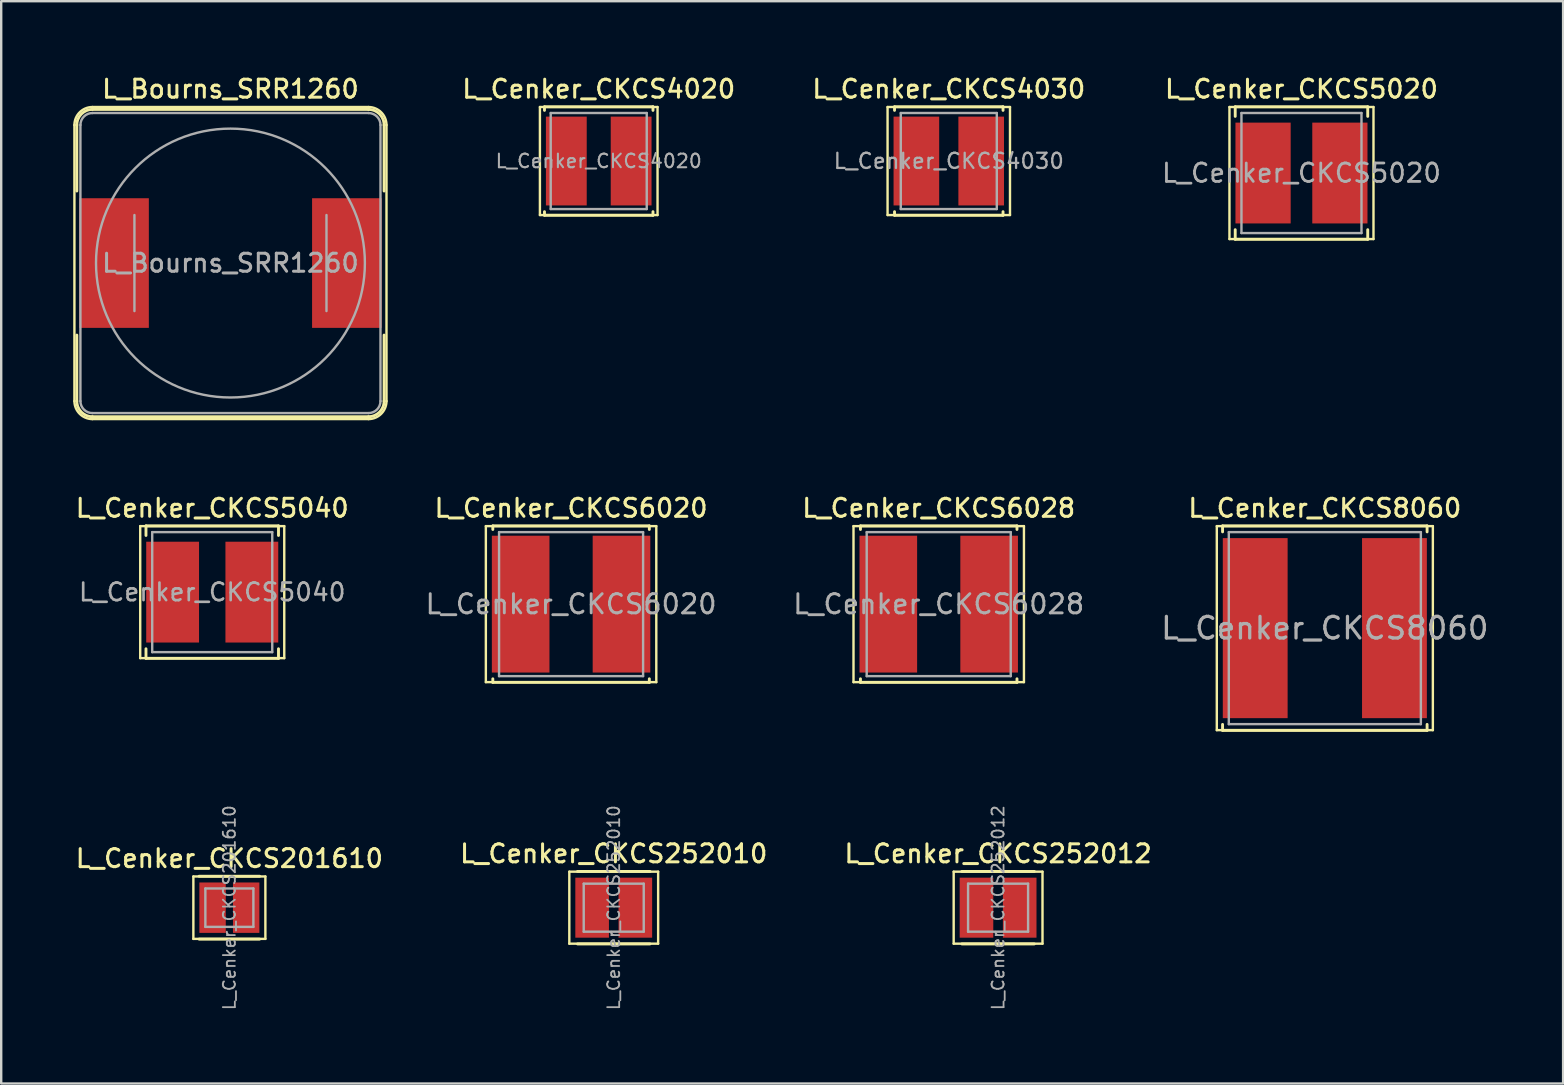
<source format=kicad_pcb>
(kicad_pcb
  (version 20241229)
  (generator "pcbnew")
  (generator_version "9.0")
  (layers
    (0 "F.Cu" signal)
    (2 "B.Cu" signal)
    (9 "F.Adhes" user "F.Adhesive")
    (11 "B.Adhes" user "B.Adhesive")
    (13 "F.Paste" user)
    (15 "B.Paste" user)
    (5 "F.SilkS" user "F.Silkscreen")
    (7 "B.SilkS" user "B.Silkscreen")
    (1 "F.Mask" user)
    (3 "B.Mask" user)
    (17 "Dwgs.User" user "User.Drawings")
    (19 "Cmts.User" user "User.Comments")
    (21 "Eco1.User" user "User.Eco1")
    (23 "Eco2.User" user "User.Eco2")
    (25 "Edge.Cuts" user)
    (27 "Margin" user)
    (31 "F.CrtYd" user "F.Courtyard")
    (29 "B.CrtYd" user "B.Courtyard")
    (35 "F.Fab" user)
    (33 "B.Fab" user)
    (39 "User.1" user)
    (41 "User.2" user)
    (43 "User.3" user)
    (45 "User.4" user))
  (footprint "L_Cenker_CKCS4030"
    (layer "F.Cu")
    (at 36.473 3.658)
    (property "Reference" "L_Cenker_CKCS4030" (at 0 -3 0) (layer "F.SilkS") (effects (font (size 0.75 0.75) (thickness 0.125))))
    (attr smd)
    (fp_line (start -2.55 -2.25) (end -2.55 2.25) (stroke (width 0.1) (type solid)) (layer "F.SilkS"))
    (fp_line (start -2.55 2.25) (end 2.55 2.25) (stroke (width 0.1) (type solid)) (layer "F.SilkS"))
    (fp_line (start -2.26 -2.26) (end -2.26 -2.11) (stroke (width 0.12) (type solid)) (layer "F.SilkS"))
    (fp_line (start -2.26 -2.26) (end 2.26 -2.26) (stroke (width 0.12) (type solid)) (layer "F.SilkS"))
    (fp_line (start -2.26 2.26) (end -2.26 2.11) (stroke (width 0.12) (type solid)) (layer "F.SilkS"))
    (fp_line (start -2.26 2.26) (end 2.26 2.26) (stroke (width 0.12) (type solid)) (layer "F.SilkS"))
    (fp_line (start 2.26 -2.26) (end 2.26 -2.11) (stroke (width 0.12) (type solid)) (layer "F.SilkS"))
    (fp_line (start 2.26 2.26) (end 2.26 2.11) (stroke (width 0.12) (type solid)) (layer "F.SilkS"))
    (fp_line (start 2.55 -2.25) (end -2.55 -2.25) (stroke (width 0.1) (type solid)) (layer "F.SilkS"))
    (fp_line (start 2.55 2.25) (end 2.55 -2.25) (stroke (width 0.1) (type solid)) (layer "F.SilkS"))
    (fp_line (start -2 -2) (end -2 2) (stroke (width 0.1) (type solid)) (layer "F.Fab"))
    (fp_line (start -2 2) (end 2 2) (stroke (width 0.1) (type solid)) (layer "F.Fab"))
    (fp_line (start 2 -2) (end -2 -2) (stroke (width 0.1) (type solid)) (layer "F.Fab"))
    (fp_line (start 2 2) (end 2 -2) (stroke (width 0.1) (type solid)) (layer "F.Fab"))
    (fp_text user "${REFERENCE}" (at 0 0 0) (layer "F.Fab") (effects (font (size 0.633 0.633) (thickness 0.095))))
    (pad "1" smd rect (at -1.35 0) (size 1.9 3.7) (layers "F.Cu" "F.Mask" "F.Paste"))
    (pad "2" smd rect (at 1.35 0) (size 1.9 3.7) (layers "F.Cu" "F.Mask" "F.Paste")))
  (footprint "L_Cenker_CKCS5040"
    (layer "F.Cu")
    (at 5.791 21.616)
    (property "Reference" "L_Cenker_CKCS5040" (at 0 -3.5 0) (layer "F.SilkS") (effects (font (size 0.75 0.75) (thickness 0.125))))
    (attr smd)
    (fp_line (start -3 -2.75) (end -3 2.75) (stroke (width 0.1) (type solid)) (layer "F.SilkS"))
    (fp_line (start -3 2.75) (end 3 2.75) (stroke (width 0.1) (type solid)) (layer "F.SilkS"))
    (fp_line (start -2.76 -2.76) (end -2.76 -2.36) (stroke (width 0.12) (type solid)) (layer "F.SilkS"))
    (fp_line (start -2.76 -2.76) (end 2.76 -2.76) (stroke (width 0.12) (type solid)) (layer "F.SilkS"))
    (fp_line (start -2.76 2.76) (end -2.76 2.36) (stroke (width 0.12) (type solid)) (layer "F.SilkS"))
    (fp_line (start -2.76 2.76) (end 2.76 2.76) (stroke (width 0.12) (type solid)) (layer "F.SilkS"))
    (fp_line (start 2.76 -2.76) (end 2.76 -2.36) (stroke (width 0.12) (type solid)) (layer "F.SilkS"))
    (fp_line (start 2.76 2.76) (end 2.76 2.36) (stroke (width 0.12) (type solid)) (layer "F.SilkS"))
    (fp_line (start 3 -2.75) (end -3 -2.75) (stroke (width 0.1) (type solid)) (layer "F.SilkS"))
    (fp_line (start 3 2.75) (end 3 -2.75) (stroke (width 0.1) (type solid)) (layer "F.SilkS"))
    (fp_line (start -2.5 -2.5) (end -2.5 2.5) (stroke (width 0.1) (type solid)) (layer "F.Fab"))
    (fp_line (start -2.5 2.5) (end 2.5 2.5) (stroke (width 0.1) (type solid)) (layer "F.Fab"))
    (fp_line (start 2.5 -2.5) (end -2.5 -2.5) (stroke (width 0.1) (type solid)) (layer "F.Fab"))
    (fp_line (start 2.5 2.5) (end 2.5 -2.5) (stroke (width 0.1) (type solid)) (layer "F.Fab"))
    (fp_text user "${REFERENCE}" (at 0 0 0) (layer "F.Fab") (effects (font (size 0.733 0.733) (thickness 0.11))))
    (pad "1" smd rect (at -1.65 0) (size 2.2 4.2) (layers "F.Cu" "F.Mask" "F.Paste"))
    (pad "2" smd rect (at 1.65 0) (size 2.2 4.2) (layers "F.Cu" "F.Mask" "F.Paste")))
  (footprint "L_Cenker_CKCS8060"
    (layer "F.Cu")
    (at 52.138 23.116)
    (property "Reference" "L_Cenker_CKCS8060" (at 0 -5 0) (layer "F.SilkS") (effects (font (size 0.75 0.75) (thickness 0.125))))
    (attr smd)
    (fp_line (start -4.5 -4.25) (end -4.5 4.25) (stroke (width 0.1) (type solid)) (layer "F.SilkS"))
    (fp_line (start -4.5 4.25) (end 4.5 4.25) (stroke (width 0.1) (type solid)) (layer "F.SilkS"))
    (fp_line (start -4.26 -4.26) (end -4.26 -4.01) (stroke (width 0.12) (type solid)) (layer "F.SilkS"))
    (fp_line (start -4.26 -4.26) (end 4.26 -4.26) (stroke (width 0.12) (type solid)) (layer "F.SilkS"))
    (fp_line (start -4.26 4.26) (end -4.26 4.01) (stroke (width 0.12) (type solid)) (layer "F.SilkS"))
    (fp_line (start -4.26 4.26) (end 4.26 4.26) (stroke (width 0.12) (type solid)) (layer "F.SilkS"))
    (fp_line (start 4.26 -4.26) (end 4.26 -4.01) (stroke (width 0.12) (type solid)) (layer "F.SilkS"))
    (fp_line (start 4.26 4.26) (end 4.26 4.01) (stroke (width 0.12) (type solid)) (layer "F.SilkS"))
    (fp_line (start 4.5 -4.25) (end -4.5 -4.25) (stroke (width 0.1) (type solid)) (layer "F.SilkS"))
    (fp_line (start 4.5 4.25) (end 4.5 -4.25) (stroke (width 0.1) (type solid)) (layer "F.SilkS"))
    (fp_line (start -4 -4) (end -4 4) (stroke (width 0.1) (type solid)) (layer "F.Fab"))
    (fp_line (start -4 4) (end 4 4) (stroke (width 0.1) (type solid)) (layer "F.Fab"))
    (fp_line (start 4 -4) (end -4 -4) (stroke (width 0.1) (type solid)) (layer "F.Fab"))
    (fp_line (start 4 4) (end 4 -4) (stroke (width 0.1) (type solid)) (layer "F.Fab"))
    (fp_text user "${REFERENCE}" (at 0 0 0) (layer "F.Fab") (effects (font (size 0.9 0.9) (thickness 0.135))))
    (pad "1" smd rect (at -2.9 0) (size 2.7 7.5) (layers "F.Cu" "F.Mask" "F.Paste"))
    (pad "2" smd rect (at 2.9 0) (size 2.7 7.5) (layers "F.Cu" "F.Mask" "F.Paste")))
  (footprint "L_Cenker_CKCS5020"
    (layer "F.Cu")
    (at 51.165 4.158)
    (property "Reference" "L_Cenker_CKCS5020" (at 0 -3.5 0) (layer "F.SilkS") (effects (font (size 0.75 0.75) (thickness 0.125))))
    (attr smd)
    (fp_line (start -3 -2.75) (end -3 2.75) (stroke (width 0.1) (type solid)) (layer "F.SilkS"))
    (fp_line (start -3 2.75) (end 3 2.75) (stroke (width 0.1) (type solid)) (layer "F.SilkS"))
    (fp_line (start -2.76 -2.76) (end -2.76 -2.36) (stroke (width 0.12) (type solid)) (layer "F.SilkS"))
    (fp_line (start -2.76 -2.76) (end 2.76 -2.76) (stroke (width 0.12) (type solid)) (layer "F.SilkS"))
    (fp_line (start -2.76 2.76) (end -2.76 2.36) (stroke (width 0.12) (type solid)) (layer "F.SilkS"))
    (fp_line (start -2.76 2.76) (end 2.76 2.76) (stroke (width 0.12) (type solid)) (layer "F.SilkS"))
    (fp_line (start 2.76 -2.76) (end 2.76 -2.36) (stroke (width 0.12) (type solid)) (layer "F.SilkS"))
    (fp_line (start 2.76 2.76) (end 2.76 2.36) (stroke (width 0.12) (type solid)) (layer "F.SilkS"))
    (fp_line (start 3 -2.75) (end -3 -2.75) (stroke (width 0.1) (type solid)) (layer "F.SilkS"))
    (fp_line (start 3 2.75) (end 3 -2.75) (stroke (width 0.1) (type solid)) (layer "F.SilkS"))
    (fp_line (start -2.5 -2.5) (end -2.5 2.5) (stroke (width 0.1) (type solid)) (layer "F.Fab"))
    (fp_line (start -2.5 2.5) (end 2.5 2.5) (stroke (width 0.1) (type solid)) (layer "F.Fab"))
    (fp_line (start 2.5 -2.5) (end -2.5 -2.5) (stroke (width 0.1) (type solid)) (layer "F.Fab"))
    (fp_line (start 2.5 2.5) (end 2.5 -2.5) (stroke (width 0.1) (type solid)) (layer "F.Fab"))
    (fp_text user "${REFERENCE}" (at 0 0 0) (layer "F.Fab") (effects (font (size 0.767 0.767) (thickness 0.115))))
    (pad "1" smd rect (at -1.6 0) (size 2.3 4.2) (layers "F.Cu" "F.Mask" "F.Paste"))
    (pad "2" smd rect (at 1.6 0) (size 2.3 4.2) (layers "F.Cu" "F.Mask" "F.Paste")))
  (footprint "L_Cenker_CKCS252010"
    (layer "F.Cu")
    (at 22.516 34.761)
    (property "Reference" "L_Cenker_CKCS252010" (at 0 -2.25 0) (layer "F.SilkS") (effects (font (size 0.75 0.75) (thickness 0.125))))
    (attr smd)
    (fp_line (start -1.85 -1.5) (end -1.85 1.5) (stroke (width 0.1) (type solid)) (layer "F.SilkS"))
    (fp_line (start -1.85 1.5) (end 1.85 1.5) (stroke (width 0.1) (type solid)) (layer "F.SilkS"))
    (fp_line (start -1.51 -1.51) (end 1.51 -1.51) (stroke (width 0.12) (type solid)) (layer "F.SilkS"))
    (fp_line (start -1.51 1.51) (end 1.51 1.51) (stroke (width 0.12) (type solid)) (layer "F.SilkS"))
    (fp_line (start 1.85 -1.5) (end -1.85 -1.5) (stroke (width 0.1) (type solid)) (layer "F.SilkS"))
    (fp_line (start 1.85 1.5) (end 1.85 -1.5) (stroke (width 0.1) (type solid)) (layer "F.SilkS"))
    (fp_line (start -1.25 -1) (end -1.25 1) (stroke (width 0.1) (type solid)) (layer "F.Fab"))
    (fp_line (start -1.25 1) (end 1.25 1) (stroke (width 0.1) (type solid)) (layer "F.Fab"))
    (fp_line (start 1.25 -1) (end -1.25 -1) (stroke (width 0.1) (type solid)) (layer "F.Fab"))
    (fp_line (start 1.25 1) (end 1.25 -1) (stroke (width 0.1) (type solid)) (layer "F.Fab"))
    (fp_text user "${REFERENCE}" (at 0 0 90) (layer "F.Fab") (effects (font (size 0.5 0.5) (thickness 0.075))))
    (pad "1" smd rect (at -0.9 0) (size 1.4 2.5) (layers "F.Cu" "F.Mask" "F.Paste"))
    (pad "2" smd rect (at 0.9 0) (size 1.4 2.5) (layers "F.Cu" "F.Mask" "F.Paste")))
  (footprint "L_Cenker_CKCS252012"
    (layer "F.Cu")
    (at 38.527 34.761)
    (property "Reference" "L_Cenker_CKCS252012" (at 0 -2.25 0) (layer "F.SilkS") (effects (font (size 0.75 0.75) (thickness 0.125))))
    (attr smd)
    (fp_line (start -1.85 -1.5) (end -1.85 1.5) (stroke (width 0.1) (type solid)) (layer "F.SilkS"))
    (fp_line (start -1.85 1.5) (end 1.85 1.5) (stroke (width 0.1) (type solid)) (layer "F.SilkS"))
    (fp_line (start -1.51 -1.51) (end 1.51 -1.51) (stroke (width 0.12) (type solid)) (layer "F.SilkS"))
    (fp_line (start -1.51 1.51) (end 1.51 1.51) (stroke (width 0.12) (type solid)) (layer "F.SilkS"))
    (fp_line (start 1.85 -1.5) (end -1.85 -1.5) (stroke (width 0.1) (type solid)) (layer "F.SilkS"))
    (fp_line (start 1.85 1.5) (end 1.85 -1.5) (stroke (width 0.1) (type solid)) (layer "F.SilkS"))
    (fp_line (start -1.25 -1) (end -1.25 1) (stroke (width 0.1) (type solid)) (layer "F.Fab"))
    (fp_line (start -1.25 1) (end 1.25 1) (stroke (width 0.1) (type solid)) (layer "F.Fab"))
    (fp_line (start 1.25 -1) (end -1.25 -1) (stroke (width 0.1) (type solid)) (layer "F.Fab"))
    (fp_line (start 1.25 1) (end 1.25 -1) (stroke (width 0.1) (type solid)) (layer "F.Fab"))
    (fp_text user "${REFERENCE}" (at 0 0 90) (layer "F.Fab") (effects (font (size 0.5 0.5) (thickness 0.075))))
    (pad "1" smd rect (at -0.9 0) (size 1.4 2.5) (layers "F.Cu" "F.Mask" "F.Paste"))
    (pad "2" smd rect (at 0.9 0) (size 1.4 2.5) (layers "F.Cu" "F.Mask" "F.Paste")))
  (footprint "L_Cenker_CKCS201610"
    (layer "F.Cu")
    (at 6.505 34.761)
    (property "Reference" "L_Cenker_CKCS201610" (at 0 -2.05 0) (layer "F.SilkS") (effects (font (size 0.75 0.75) (thickness 0.125))))
    (attr smd)
    (fp_line (start -1.5 -1.3) (end -1.5 1.3) (stroke (width 0.1) (type solid)) (layer "F.SilkS"))
    (fp_line (start -1.5 1.3) (end 1.5 1.3) (stroke (width 0.1) (type solid)) (layer "F.SilkS"))
    (fp_line (start -1.26 -1.31) (end 1.26 -1.31) (stroke (width 0.12) (type solid)) (layer "F.SilkS"))
    (fp_line (start -1.26 1.31) (end 1.26 1.31) (stroke (width 0.12) (type solid)) (layer "F.SilkS"))
    (fp_line (start 1.5 -1.3) (end -1.5 -1.3) (stroke (width 0.1) (type solid)) (layer "F.SilkS"))
    (fp_line (start 1.5 1.3) (end 1.5 -1.3) (stroke (width 0.1) (type solid)) (layer "F.SilkS"))
    (fp_line (start -1 -0.8) (end -1 0.8) (stroke (width 0.1) (type solid)) (layer "F.Fab"))
    (fp_line (start -1 0.8) (end 1 0.8) (stroke (width 0.1) (type solid)) (layer "F.Fab"))
    (fp_line (start 1 -0.8) (end -1 -0.8) (stroke (width 0.1) (type solid)) (layer "F.Fab"))
    (fp_line (start 1 0.8) (end 1 -0.8) (stroke (width 0.1) (type solid)) (layer "F.Fab"))
    (fp_text user "${REFERENCE}" (at 0 0 90) (layer "F.Fab") (effects (font (size 0.5 0.5) (thickness 0.075))))
    (pad "1" smd rect (at -0.7 0) (size 1.1 2.1) (layers "F.Cu" "F.Mask" "F.Paste"))
    (pad "2" smd rect (at 0.7 0) (size 1.1 2.1) (layers "F.Cu" "F.Mask" "F.Paste")))
  (footprint "L_Cenker_CKCS6020"
    (layer "F.Cu")
    (at 20.739 22.116)
    (property "Reference" "L_Cenker_CKCS6020" (at 0 -4 0) (layer "F.SilkS") (effects (font (size 0.75 0.75) (thickness 0.125))))
    (attr smd)
    (fp_line (start -3.55 -3.25) (end -3.55 3.25) (stroke (width 0.1) (type solid)) (layer "F.SilkS"))
    (fp_line (start -3.55 3.25) (end 3.55 3.25) (stroke (width 0.1) (type solid)) (layer "F.SilkS"))
    (fp_line (start -3.26 -3.26) (end -3.26 -3.11) (stroke (width 0.12) (type solid)) (layer "F.SilkS"))
    (fp_line (start -3.26 -3.26) (end 3.26 -3.26) (stroke (width 0.12) (type solid)) (layer "F.SilkS"))
    (fp_line (start -3.26 3.26) (end -3.26 3.11) (stroke (width 0.12) (type solid)) (layer "F.SilkS"))
    (fp_line (start -3.26 3.26) (end 3.26 3.26) (stroke (width 0.12) (type solid)) (layer "F.SilkS"))
    (fp_line (start 3.26 -3.26) (end 3.26 -3.11) (stroke (width 0.12) (type solid)) (layer "F.SilkS"))
    (fp_line (start 3.26 3.26) (end 3.26 3.11) (stroke (width 0.12) (type solid)) (layer "F.SilkS"))
    (fp_line (start 3.55 -3.25) (end -3.55 -3.25) (stroke (width 0.1) (type solid)) (layer "F.SilkS"))
    (fp_line (start 3.55 3.25) (end 3.55 -3.25) (stroke (width 0.1) (type solid)) (layer "F.SilkS"))
    (fp_line (start -3 -3) (end -3 3) (stroke (width 0.1) (type solid)) (layer "F.Fab"))
    (fp_line (start -3 3) (end 3 3) (stroke (width 0.1) (type solid)) (layer "F.Fab"))
    (fp_line (start 3 -3) (end -3 -3) (stroke (width 0.1) (type solid)) (layer "F.Fab"))
    (fp_line (start 3 3) (end 3 -3) (stroke (width 0.1) (type solid)) (layer "F.Fab"))
    (fp_text user "${REFERENCE}" (at 0 0 0) (layer "F.Fab") (effects (font (size 0.8 0.8) (thickness 0.12))))
    (pad "1" smd rect (at -2.1 0) (size 2.4 5.7) (layers "F.Cu" "F.Mask" "F.Paste"))
    (pad "2" smd rect (at 2.1 0) (size 2.4 5.7) (layers "F.Cu" "F.Mask" "F.Paste")))
  (footprint "L_Bourns_SRR1260"
    (layer "F.Cu")
    (at 6.55 7.908)
    (property "Reference" "L_Bourns_SRR1260" (at 0 -7.25 0) (layer "F.SilkS") (effects (font (size 0.75 0.75) (thickness 0.125))))
    (attr smd)
    (fp_line (start -6.5 5.75) (end -6.5 -5.75) (stroke (width 0.1) (type solid)) (layer "F.SilkS"))
    (fp_line (start -6.4 -5.75) (end -6.4 -3) (stroke (width 0.12) (type solid)) (layer "F.SilkS"))
    (fp_line (start -6.4 3) (end -6.4 5.75) (stroke (width 0.12) (type solid)) (layer "F.SilkS"))
    (fp_line (start -5.75 -6.5) (end 5.75 -6.5) (stroke (width 0.1) (type solid)) (layer "F.SilkS"))
    (fp_line (start -5.75 -6.4) (end 5.75 -6.4) (stroke (width 0.12) (type solid)) (layer "F.SilkS"))
    (fp_line (start 5.75 6.4) (end -5.75 6.4) (stroke (width 0.12) (type solid)) (layer "F.SilkS"))
    (fp_line (start 5.75 6.5) (end -5.75 6.5) (stroke (width 0.1) (type solid)) (layer "F.SilkS"))
    (fp_line (start 6.4 -5.75) (end 6.4 -3) (stroke (width 0.12) (type solid)) (layer "F.SilkS"))
    (fp_line (start 6.4 3) (end 6.4 5.75) (stroke (width 0.12) (type solid)) (layer "F.SilkS"))
    (fp_line (start 6.5 -5.75) (end 6.5 5.75) (stroke (width 0.1) (type solid)) (layer "F.SilkS"))
    (fp_arc (start -6.5 -5.75) (mid -6.28033 -6.28033) (end -5.75 -6.5) (stroke (width 0.1) (type solid)) (layer "F.SilkS"))
    (fp_arc (start -6.4 -5.75) (mid -6.209619 -6.209619) (end -5.75 -6.4) (stroke (width 0.12) (type solid)) (layer "F.SilkS"))
    (fp_arc (start -5.75 6.4) (mid -6.209619 6.209619) (end -6.4 5.75) (stroke (width 0.12) (type solid)) (layer "F.SilkS"))
    (fp_arc (start -5.75 6.5) (mid -6.28033 6.28033) (end -6.5 5.75) (stroke (width 0.1) (type solid)) (layer "F.SilkS"))
    (fp_arc (start 5.75 -6.5) (mid 6.28033 -6.28033) (end 6.5 -5.75) (stroke (width 0.1) (type solid)) (layer "F.SilkS"))
    (fp_arc (start 5.75 -6.4) (mid 6.209619 -6.209619) (end 6.4 -5.75) (stroke (width 0.12) (type solid)) (layer "F.SilkS"))
    (fp_arc (start 6.4 5.75) (mid 6.209619 6.209619) (end 5.75 6.4) (stroke (width 0.12) (type solid)) (layer "F.SilkS"))
    (fp_arc (start 6.5 5.75) (mid 6.28033 6.28033) (end 5.75 6.5) (stroke (width 0.1) (type solid)) (layer "F.SilkS"))
    (fp_line (start -6.25 -5.75) (end -6.25 5.75) (stroke (width 0.1) (type solid)) (layer "F.Fab"))
    (fp_line (start -5.75 -6.25) (end 5.75 -6.25) (stroke (width 0.1) (type solid)) (layer "F.Fab"))
    (fp_line (start -4 2) (end -4 -2) (stroke (width 0.1) (type solid)) (layer "F.Fab"))
    (fp_line (start 4 -2) (end 4 2) (stroke (width 0.1) (type solid)) (layer "F.Fab"))
    (fp_line (start 5.75 6.25) (end -5.75 6.25) (stroke (width 0.1) (type solid)) (layer "F.Fab"))
    (fp_line (start 6.25 -5.75) (end 6.25 5.75) (stroke (width 0.1) (type solid)) (layer "F.Fab"))
    (fp_arc (start -6.25 -5.75) (mid -6.103553 -6.103553) (end -5.75 -6.25) (stroke (width 0.1) (type solid)) (layer "F.Fab"))
    (fp_arc (start -5.75 6.25) (mid -6.103553 6.103553) (end -6.25 5.75) (stroke (width 0.1) (type solid)) (layer "F.Fab"))
    (fp_arc (start 5.75 -6.25) (mid 6.103553 -6.103553) (end 6.25 -5.75) (stroke (width 0.1) (type solid)) (layer "F.Fab"))
    (fp_arc (start 6.25 5.75) (mid 6.103553 6.103553) (end 5.75 6.25) (stroke (width 0.1) (type solid)) (layer "F.Fab"))
    (fp_circle (center 0 0) (end 0 -5.6) (stroke (width 0.1) (type solid)) (fill no) (layer "F.Fab"))
    (fp_text user "${REFERENCE}" (at 0 0 0) (layer "F.Fab") (effects (font (size 0.75 0.75) (thickness 0.125))))
    (pad "1" smd rect (at -4.85 0) (size 2.9 5.4) (layers "F.Cu" "F.Mask" "F.Paste"))
    (pad "2" smd rect (at 4.85 0) (size 2.9 5.4) (layers "F.Cu" "F.Mask" "F.Paste")))
  (footprint "L_Cenker_CKCS4020"
    (layer "F.Cu")
    (at 21.891 3.658)
    (property "Reference" "L_Cenker_CKCS4020" (at 0 -3 0) (layer "F.SilkS") (effects (font (size 0.75 0.75) (thickness 0.125))))
    (attr smd)
    (fp_line (start -2.45 -2.25) (end -2.45 2.25) (stroke (width 0.1) (type solid)) (layer "F.SilkS"))
    (fp_line (start -2.45 2.25) (end 2.45 2.25) (stroke (width 0.1) (type solid)) (layer "F.SilkS"))
    (fp_line (start -2.26 -2.26) (end -2.26 -2.11) (stroke (width 0.12) (type solid)) (layer "F.SilkS"))
    (fp_line (start -2.26 -2.26) (end 2.26 -2.26) (stroke (width 0.12) (type solid)) (layer "F.SilkS"))
    (fp_line (start -2.26 2.26) (end -2.26 2.11) (stroke (width 0.12) (type solid)) (layer "F.SilkS"))
    (fp_line (start -2.26 2.26) (end 2.26 2.26) (stroke (width 0.12) (type solid)) (layer "F.SilkS"))
    (fp_line (start 2.26 -2.26) (end 2.26 -2.11) (stroke (width 0.12) (type solid)) (layer "F.SilkS"))
    (fp_line (start 2.26 2.26) (end 2.26 2.11) (stroke (width 0.12) (type solid)) (layer "F.SilkS"))
    (fp_line (start 2.45 -2.25) (end -2.45 -2.25) (stroke (width 0.1) (type solid)) (layer "F.SilkS"))
    (fp_line (start 2.45 2.25) (end 2.45 -2.25) (stroke (width 0.1) (type solid)) (layer "F.SilkS"))
    (fp_line (start -2 -2) (end -2 2) (stroke (width 0.1) (type solid)) (layer "F.Fab"))
    (fp_line (start -2 2) (end 2 2) (stroke (width 0.1) (type solid)) (layer "F.Fab"))
    (fp_line (start 2 -2) (end -2 -2) (stroke (width 0.1) (type solid)) (layer "F.Fab"))
    (fp_line (start 2 2) (end 2 -2) (stroke (width 0.1) (type solid)) (layer "F.Fab"))
    (fp_text user "${REFERENCE}" (at 0 0 0) (layer "F.Fab") (effects (font (size 0.567 0.567) (thickness 0.085))))
    (pad "1" smd rect (at -1.35 0) (size 1.7 3.7) (layers "F.Cu" "F.Mask" "F.Paste"))
    (pad "2" smd rect (at 1.35 0) (size 1.7 3.7) (layers "F.Cu" "F.Mask" "F.Paste")))
  (footprint "L_Cenker_CKCS6028"
    (layer "F.Cu")
    (at 36.054 22.116)
    (property "Reference" "L_Cenker_CKCS6028" (at 0 -4 0) (layer "F.SilkS") (effects (font (size 0.75 0.75) (thickness 0.125))))
    (attr smd)
    (fp_line (start -3.55 -3.25) (end -3.55 3.25) (stroke (width 0.1) (type solid)) (layer "F.SilkS"))
    (fp_line (start -3.55 3.25) (end 3.55 3.25) (stroke (width 0.1) (type solid)) (layer "F.SilkS"))
    (fp_line (start -3.26 -3.26) (end -3.26 -3.11) (stroke (width 0.12) (type solid)) (layer "F.SilkS"))
    (fp_line (start -3.26 -3.26) (end 3.26 -3.26) (stroke (width 0.12) (type solid)) (layer "F.SilkS"))
    (fp_line (start -3.26 3.26) (end -3.26 3.11) (stroke (width 0.12) (type solid)) (layer "F.SilkS"))
    (fp_line (start -3.26 3.26) (end 3.26 3.26) (stroke (width 0.12) (type solid)) (layer "F.SilkS"))
    (fp_line (start 3.26 -3.26) (end 3.26 -3.11) (stroke (width 0.12) (type solid)) (layer "F.SilkS"))
    (fp_line (start 3.26 3.26) (end 3.26 3.11) (stroke (width 0.12) (type solid)) (layer "F.SilkS"))
    (fp_line (start 3.55 -3.25) (end -3.55 -3.25) (stroke (width 0.1) (type solid)) (layer "F.SilkS"))
    (fp_line (start 3.55 3.25) (end 3.55 -3.25) (stroke (width 0.1) (type solid)) (layer "F.SilkS"))
    (fp_line (start -3 -3) (end -3 3) (stroke (width 0.1) (type solid)) (layer "F.Fab"))
    (fp_line (start -3 3) (end 3 3) (stroke (width 0.1) (type solid)) (layer "F.Fab"))
    (fp_line (start 3 -3) (end -3 -3) (stroke (width 0.1) (type solid)) (layer "F.Fab"))
    (fp_line (start 3 3) (end 3 -3) (stroke (width 0.1) (type solid)) (layer "F.Fab"))
    (fp_text user "${REFERENCE}" (at 0 0 0) (layer "F.Fab") (effects (font (size 0.8 0.8) (thickness 0.12))))
    (pad "1" smd rect (at -2.1 0) (size 2.4 5.7) (layers "F.Cu" "F.Mask" "F.Paste"))
    (pad "2" smd rect (at 2.1 0) (size 2.4 5.7) (layers "F.Cu" "F.Mask" "F.Paste")))
  (gr_rect
    (start -3 -3)
    (end 62.064 42.085)
    (stroke (width 0.1) (type default))
    (fill no)
    (layer "Edge.Cuts")))
</source>
